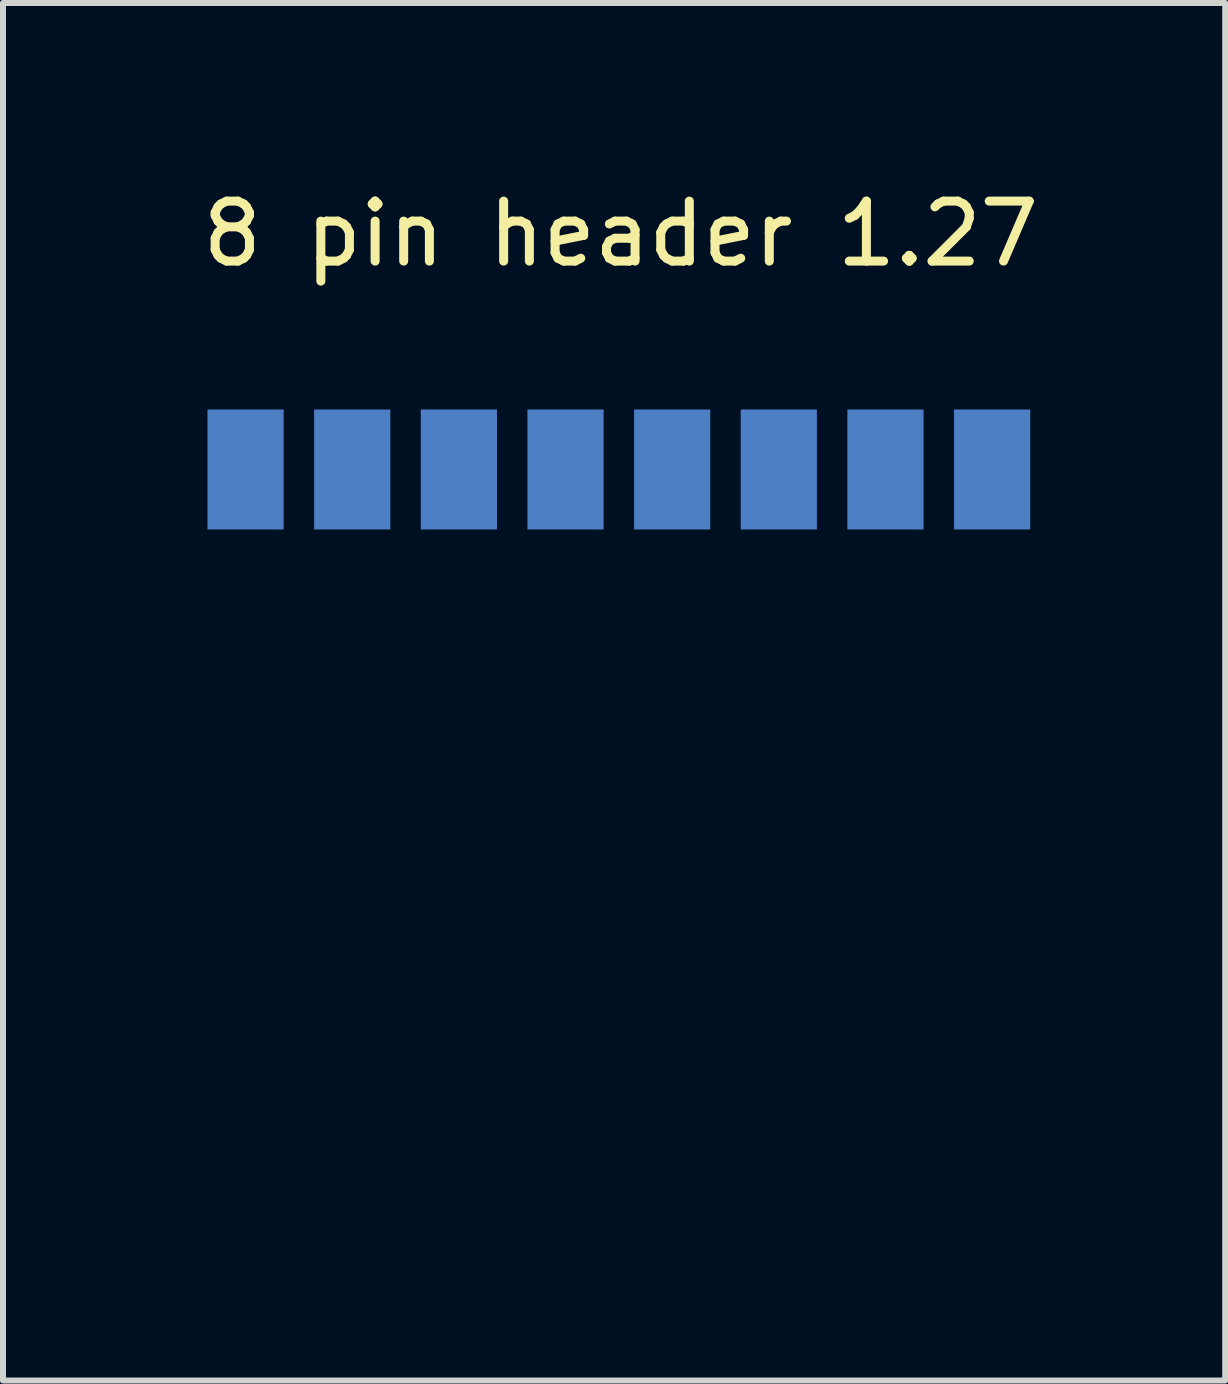
<source format=kicad_pcb>
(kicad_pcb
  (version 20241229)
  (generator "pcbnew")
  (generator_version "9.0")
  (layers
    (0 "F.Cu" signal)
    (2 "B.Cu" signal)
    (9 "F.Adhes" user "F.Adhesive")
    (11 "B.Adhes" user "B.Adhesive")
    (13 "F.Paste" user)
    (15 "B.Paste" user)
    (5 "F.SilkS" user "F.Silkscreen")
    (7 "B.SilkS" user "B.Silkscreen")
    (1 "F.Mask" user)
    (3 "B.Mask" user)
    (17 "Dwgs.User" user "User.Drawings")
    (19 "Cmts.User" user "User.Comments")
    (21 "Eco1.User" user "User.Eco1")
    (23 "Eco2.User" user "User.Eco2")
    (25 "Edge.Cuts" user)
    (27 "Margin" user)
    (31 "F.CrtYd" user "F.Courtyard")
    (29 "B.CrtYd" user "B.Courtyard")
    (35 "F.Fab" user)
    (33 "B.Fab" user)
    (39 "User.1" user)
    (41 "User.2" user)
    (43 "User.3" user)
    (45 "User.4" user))
  (footprint "8 pin header 1.27"
    (layer "F.Cu")
    (at 0.25 16.715)
    (property "Reference" "8 pin header 1.27" (at 7.049 -15.867 180) (layer "F.SilkS") (effects (font (size 1 1) (thickness 0.15))))
    (attr through_hole)
    (pad "1" smd rect (at 0.794 -11.938) (size 1.27 2) (layers "F.Mask" "B.Cu" "F.Paste"))
    (pad "2" smd rect (at 2.572 -11.938) (size 1.27 2) (layers "F.Mask" "B.Cu" "F.Paste"))
    (pad "3" smd rect (at 4.35 -11.938) (size 1.27 2) (layers "F.Mask" "B.Cu" "F.Paste"))
    (pad "4" smd rect (at 6.128 -11.938) (size 1.27 2) (layers "F.Mask" "B.Cu" "F.Paste"))
    (pad "5" smd rect (at 7.906 -11.938) (size 1.27 2) (layers "F.Mask" "B.Cu" "F.Paste"))
    (pad "6" smd rect (at 9.684 -11.938) (size 1.27 2) (layers "F.Mask" "B.Cu" "F.Paste"))
    (pad "7" smd rect (at 11.462 -11.938) (size 1.27 2) (layers "F.Mask" "B.Cu" "F.Paste"))
    (pad "8" smd rect (at 13.24 -11.938) (size 1.27 2) (layers "F.Mask" "B.Cu" "F.Paste")))
  (gr_rect
    (start -3 -3)
    (end 17.376 19.965)
    (stroke (width 0.1) (type default))
    (fill no)
    (layer "Edge.Cuts")))
</source>
